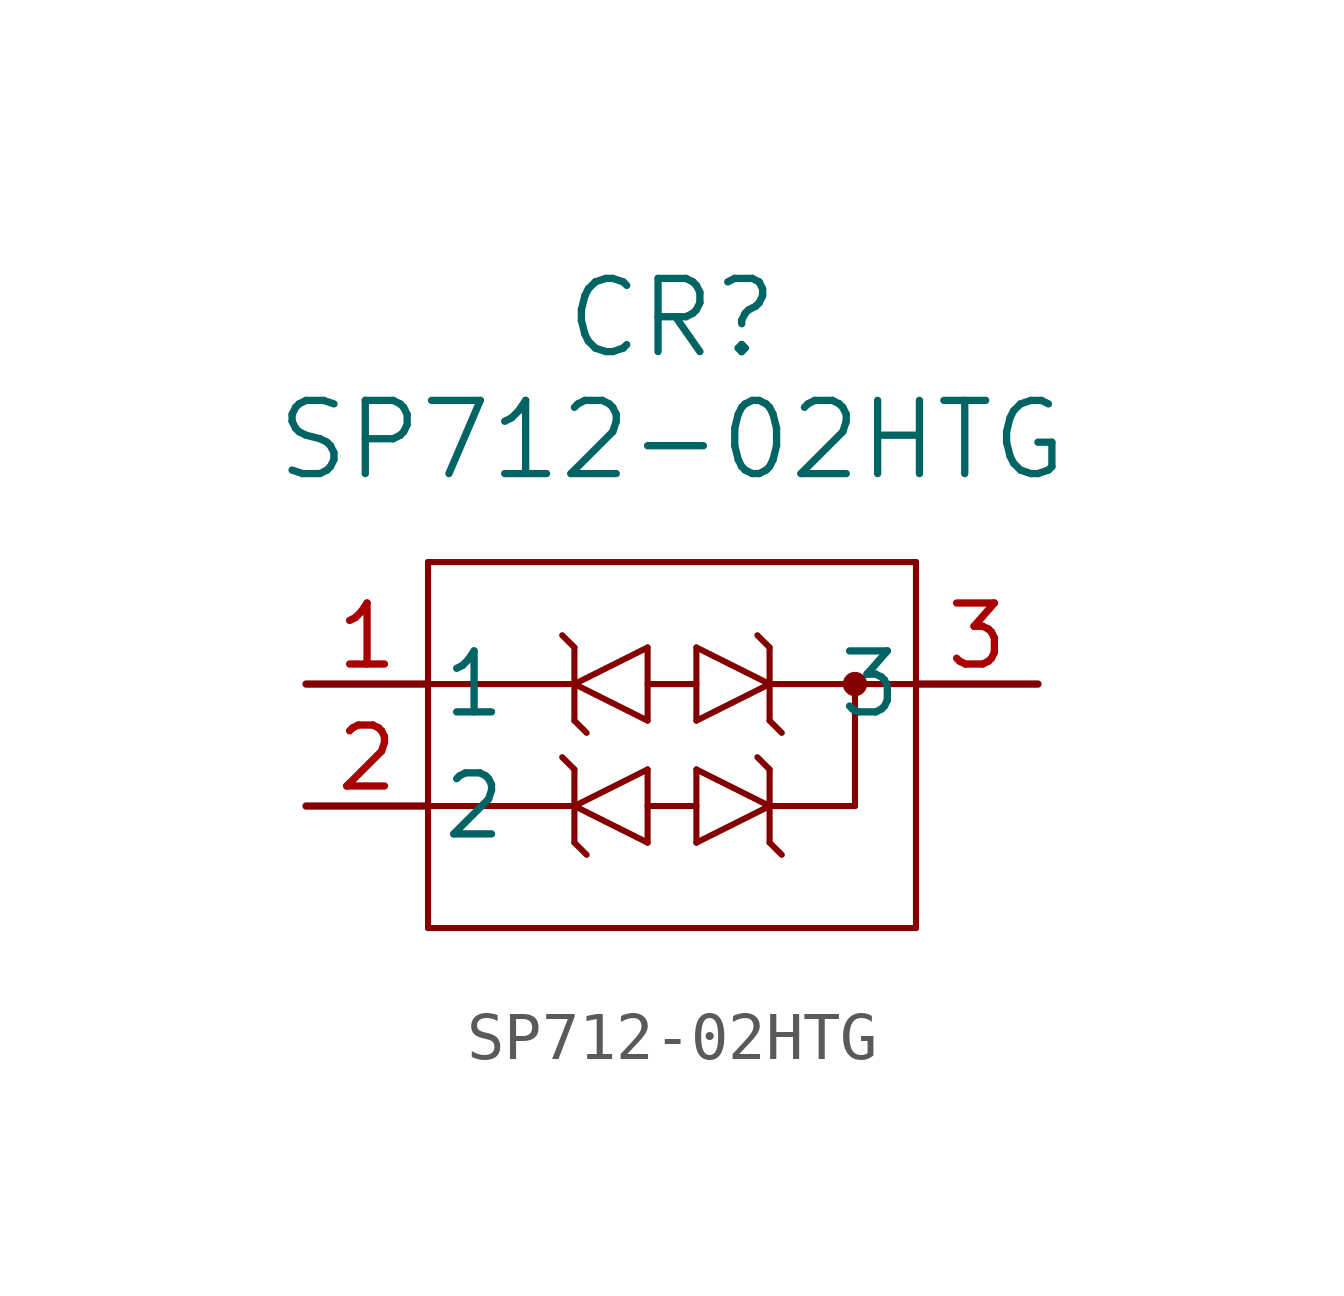
<source format=kicad_sym>
(kicad_symbol_lib
  (version 20241209)
  (generator "kicad_symbol_editor")
  (generator_version "9.0")
  (symbol "SP712-02HTG"
    (pin_names
      (offset 0.254))
    (property "Reference" "CR"
      (at 12.7 7.62 0)
      (effects (font (size 1.524 1.524))))
    (property "Value" "SP712-02HTG"
      (at 12.7 5.08 0)
      (effects (font (size 1.524 1.524))))
    (symbol "SP712-02HTG_0_1"
      (polyline (pts (xy 7.62 2.54) (xy 7.62 -5.08)) (stroke (width 0.127) (type default)) (fill (type none)))
      (polyline (pts (xy 7.62 -2.54) (xy 10.668 -2.54)) (stroke (width 0.127) (type default)) (fill (type none)))
      (polyline (pts (xy 7.62 -5.08) (xy 17.78 -5.08)) (stroke (width 0.127) (type default)) (fill (type none)))
      (polyline (pts (xy 10.668 0.762) (xy 10.414 1.016)) (stroke (width 0.127) (type default)) (fill (type none)))
      (polyline (pts (xy 10.668 0) (xy 7.62 0)) (stroke (width 0.127) (type default)) (fill (type none)))
      (polyline (pts (xy 10.668 0) (xy 12.192 -0.762)) (stroke (width 0.127) (type default)) (fill (type none)))
      (polyline (pts (xy 10.668 -0.762) (xy 10.668 0.762)) (stroke (width 0.127) (type default)) (fill (type none)))
      (polyline (pts (xy 10.668 -0.762) (xy 10.922 -1.016)) (stroke (width 0.127) (type default)) (fill (type none)))
      (polyline (pts (xy 10.668 -1.778) (xy 10.414 -1.524)) (stroke (width 0.127) (type default)) (fill (type none)))
      (polyline (pts (xy 10.668 -2.54) (xy 12.192 -3.302)) (stroke (width 0.127) (type default)) (fill (type none)))
      (polyline (pts (xy 10.668 -3.302) (xy 10.668 -1.778)) (stroke (width 0.127) (type default)) (fill (type none)))
      (polyline (pts (xy 10.668 -3.302) (xy 10.922 -3.556)) (stroke (width 0.127) (type default)) (fill (type none)))
      (polyline (pts (xy 12.192 0.762) (xy 10.668 0)) (stroke (width 0.127) (type default)) (fill (type none)))
      (polyline (pts (xy 12.192 0) (xy 13.208 0)) (stroke (width 0.127) (type default)) (fill (type none)))
      (polyline (pts (xy 12.192 -0.762) (xy 12.192 0.762)) (stroke (width 0.127) (type default)) (fill (type none)))
      (polyline (pts (xy 12.192 -1.778) (xy 10.668 -2.54)) (stroke (width 0.127) (type default)) (fill (type none)))
      (polyline (pts (xy 12.192 -2.54) (xy 13.208 -2.54)) (stroke (width 0.127) (type default)) (fill (type none)))
      (polyline (pts (xy 12.192 -3.302) (xy 12.192 -1.778)) (stroke (width 0.127) (type default)) (fill (type none)))
      (polyline (pts (xy 13.208 0.762) (xy 13.208 -0.762)) (stroke (width 0.127) (type default)) (fill (type none)))
      (polyline (pts (xy 13.208 -0.762) (xy 14.732 0)) (stroke (width 0.127) (type default)) (fill (type none)))
      (polyline (pts (xy 13.208 -1.778) (xy 13.208 -3.302)) (stroke (width 0.127) (type default)) (fill (type none)))
      (polyline (pts (xy 13.208 -3.302) (xy 14.732 -2.54)) (stroke (width 0.127) (type default)) (fill (type none)))
      (polyline (pts (xy 14.732 0.762) (xy 14.478 1.016)) (stroke (width 0.127) (type default)) (fill (type none)))
      (polyline (pts (xy 14.732 0.762) (xy 14.732 -0.762)) (stroke (width 0.127) (type default)) (fill (type none)))
      (polyline (pts (xy 14.732 0) (xy 13.208 0.762)) (stroke (width 0.127) (type default)) (fill (type none)))
      (polyline (pts (xy 14.732 0) (xy 17.78 0)) (stroke (width 0.127) (type default)) (fill (type none)))
      (polyline (pts (xy 14.732 -0.762) (xy 14.986 -1.016)) (stroke (width 0.127) (type default)) (fill (type none)))
      (polyline (pts (xy 14.732 -1.778) (xy 14.478 -1.524)) (stroke (width 0.127) (type default)) (fill (type none)))
      (polyline (pts (xy 14.732 -1.778) (xy 14.732 -3.302)) (stroke (width 0.127) (type default)) (fill (type none)))
      (polyline (pts (xy 14.732 -2.54) (xy 13.208 -1.778)) (stroke (width 0.127) (type default)) (fill (type none)))
      (polyline (pts (xy 14.732 -2.54) (xy 16.51 -2.54)) (stroke (width 0.127) (type default)) (fill (type none)))
      (polyline (pts (xy 14.732 -3.302) (xy 14.986 -3.556)) (stroke (width 0.127) (type default)) (fill (type none)))
      (polyline (pts (xy 16.51 0) (xy 16.51 -2.54)) (stroke (width 0.127) (type default)) (fill (type none)))
      (circle (center 16.51 0) (radius 0.127) (stroke (width 0.254) (type default)) (fill (type none)))
      (polyline (pts (xy 17.78 2.54) (xy 7.62 2.54)) (stroke (width 0.127) (type default)) (fill (type none)))
      (polyline (pts (xy 17.78 -5.08) (xy 17.78 2.54)) (stroke (width 0.127) (type default)) (fill (type none)))
      (pin passive line (at 5.08 0 0) (length 2.54) (name "1" (effects (font (size 1.27 1.27)))) (number "1" (effects (font (size 1.27 1.27)))))
      (pin passive line (at 5.08 -2.54 0) (length 2.54) (name "2" (effects (font (size 1.27 1.27)))) (number "2" (effects (font (size 1.27 1.27)))))
      (pin passive line (at 20.32 0 180) (length 2.54) (name "3" (effects (font (size 1.27 1.27)))) (number "3" (effects (font (size 1.27 1.27))))))))
</source>
